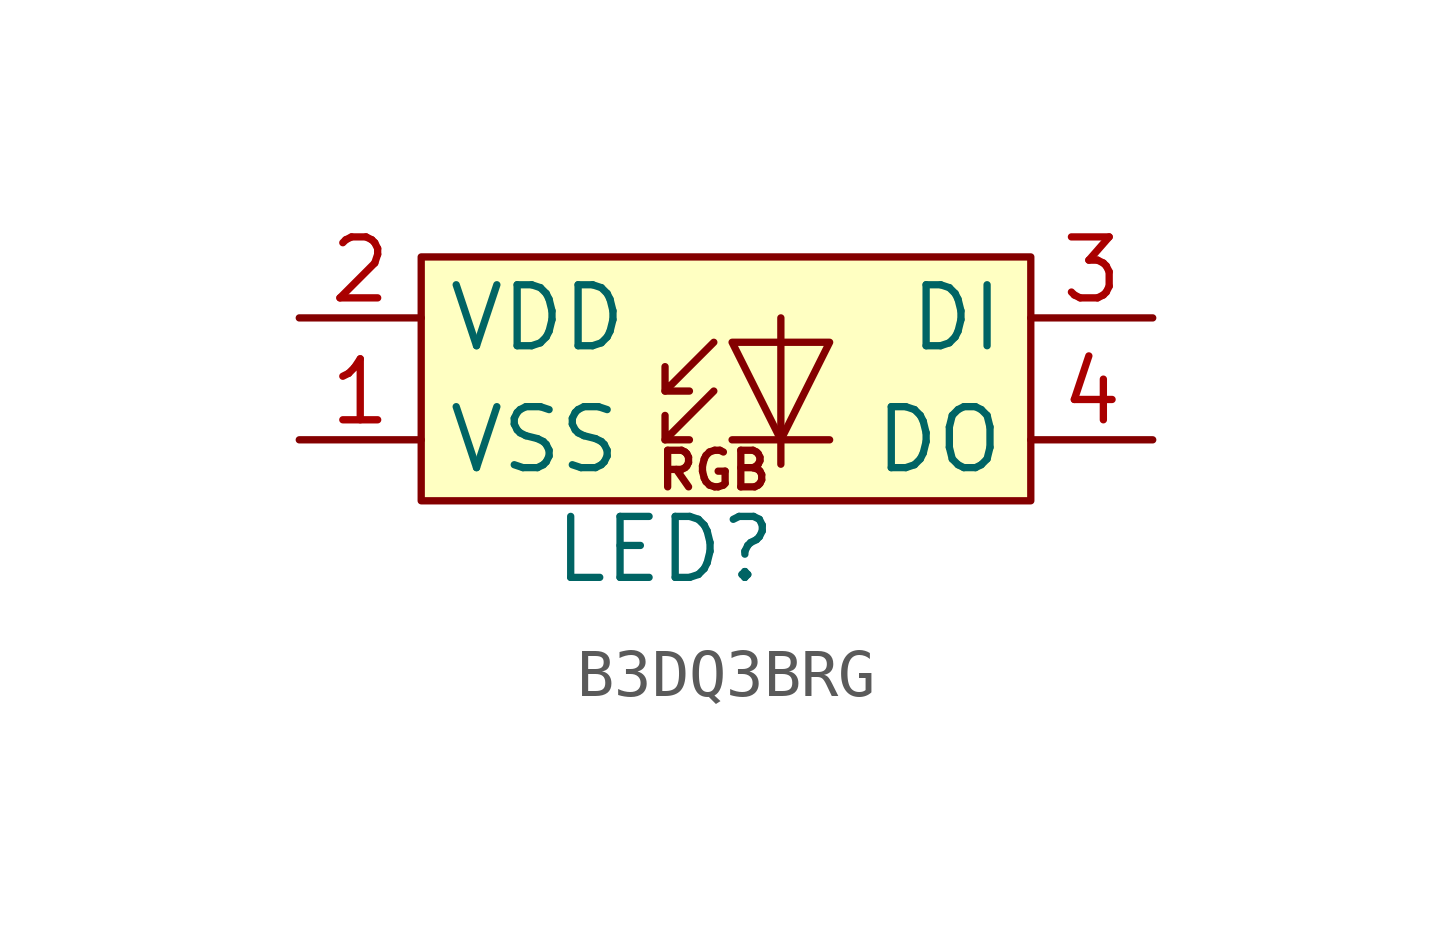
<source format=kicad_sym>
(kicad_symbol_lib
  (version 20231120)
  (generator "kicad_symbol_editor")
  (generator_version "8.0")
  (symbol "B3DQ3BRG"
    (property "Reference" "LED"
      (at 0 -3.556 0)
      (do_not_autoplace)
      (effects (font (size 1.27 1.27))))
    (property "Value" ""
      (at 5.08 -2.54 0)
      (effects (font (size 1.27 1.27))))
    (symbol "B3DQ3BRG_0_0"
      (text "RGB" (at 1.016 -1.905 0) (effects (font (size 0.762 0.762)))))
    (symbol "B3DQ3BRG_0_1"
      (polyline (pts (xy 0 -1.27) (xy 0.508 -1.27)) (stroke (width 0) (type default)) (fill (type none)))
      (polyline (pts (xy 0 -0.254) (xy 0.508 -0.254)) (stroke (width 0) (type default)) (fill (type none)))
      (polyline (pts (xy 3.429 -1.27) (xy 1.397 -1.27)) (stroke (width 0) (type default)) (fill (type none)))
      (polyline (pts (xy 1.016 -0.254) (xy 0 -1.27) (xy 0 -0.762)) (stroke (width 0) (type default)) (fill (type none)))
      (polyline (pts (xy 1.016 0.762) (xy 0 -0.254) (xy 0 0.254)) (stroke (width 0) (type default)) (fill (type none)))
      (polyline (pts (xy 2.413 1.27) (xy 2.413 -1.27) (xy 2.413 -1.778)) (stroke (width 0) (type default)) (fill (type none)))
      (polyline (pts (xy 3.429 0.762) (xy 1.397 0.762) (xy 2.413 -1.27) (xy 3.429 0.762)) (stroke (width 0) (type default)) (fill (type none))))
    (symbol "B3DQ3BRG_1_1"
      (rectangle (start -5.08 2.54) (end 7.62 -2.54) (stroke (width 0) (type default)) (fill (type background)))
      (pin input line (at -7.62 -1.27 0) (length 2.54) (name "VSS" (effects (font (size 1.27 1.27)))) (number "1" (effects (font (size 1.27 1.27)))))
      (pin input line (at -7.62 1.27 0) (length 2.54) (name "VDD" (effects (font (size 1.27 1.27)))) (number "2" (effects (font (size 1.27 1.27)))))
      (pin input line (at 10.16 1.27 180) (length 2.54) (name "DI" (effects (font (size 1.27 1.27)))) (number "3" (effects (font (size 1.27 1.27)))))
      (pin input line (at 10.16 -1.27 180) (length 2.54) (name "DO" (effects (font (size 1.27 1.27)))) (number "4" (effects (font (size 1.27 1.27))))))))
</source>
